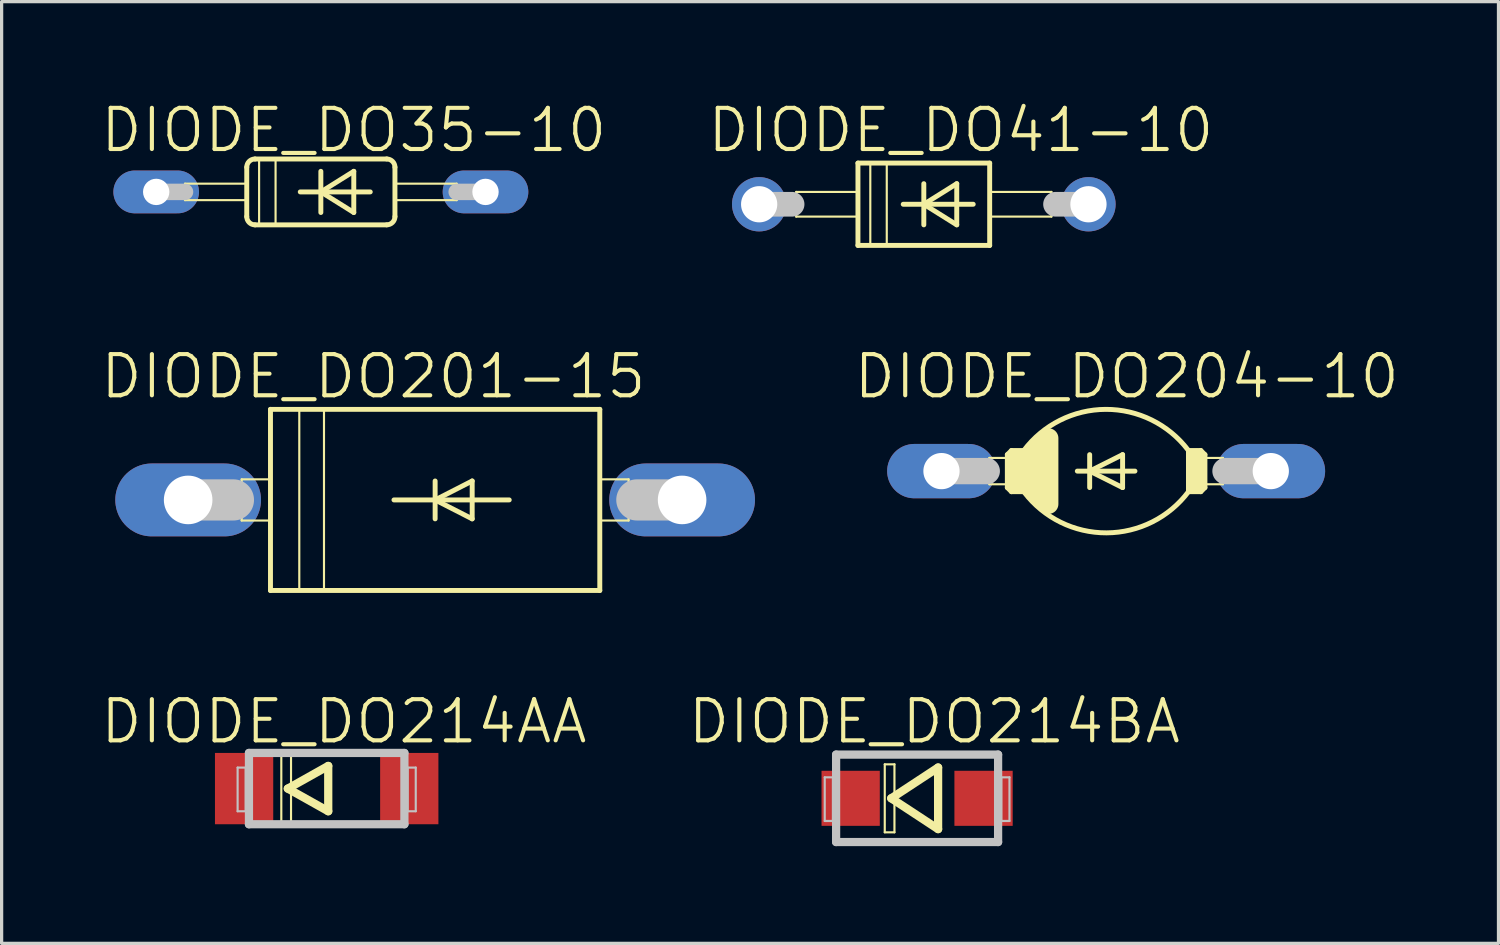
<source format=kicad_pcb>
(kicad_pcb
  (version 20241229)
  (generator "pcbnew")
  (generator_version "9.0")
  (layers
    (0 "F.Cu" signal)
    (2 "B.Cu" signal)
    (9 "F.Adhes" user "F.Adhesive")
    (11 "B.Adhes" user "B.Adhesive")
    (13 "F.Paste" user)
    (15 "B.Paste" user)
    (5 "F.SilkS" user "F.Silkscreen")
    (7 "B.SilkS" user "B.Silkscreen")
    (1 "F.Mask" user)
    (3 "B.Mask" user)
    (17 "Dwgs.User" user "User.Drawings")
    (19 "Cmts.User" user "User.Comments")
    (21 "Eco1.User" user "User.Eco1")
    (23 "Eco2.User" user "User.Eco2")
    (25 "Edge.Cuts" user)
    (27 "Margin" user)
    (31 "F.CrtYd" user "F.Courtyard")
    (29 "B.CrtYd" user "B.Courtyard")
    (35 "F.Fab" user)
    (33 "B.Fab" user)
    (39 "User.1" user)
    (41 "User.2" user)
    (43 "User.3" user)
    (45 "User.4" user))
  (footprint "DIODE_DO35-10"
    (layer "F.Cu")
    (at 6.849 2.871)
    (property "Reference" "DIODE_DO35-10" (at 1.016 -1.905 0) (layer "F.SilkS") (effects (font (size 1.27 1.27) (thickness 0.127))))
    (attr exclude_from_pos_files exclude_from_bom)
    (fp_line (start -4.191 -0.254) (end -2.286 -0.254) (stroke (width 0.066) (type solid)) (layer "F.SilkS"))
    (fp_line (start -4.191 0.254) (end -4.191 -0.254) (stroke (width 0.066) (type solid)) (layer "F.SilkS"))
    (fp_line (start -4.191 0.254) (end -2.286 0.254) (stroke (width 0.066) (type solid)) (layer "F.SilkS"))
    (fp_line (start -2.286 -0.762) (end -2.286 0.762) (stroke (width 0.152) (type solid)) (layer "F.SilkS"))
    (fp_line (start -2.286 0.254) (end -2.286 -0.254) (stroke (width 0.066) (type solid)) (layer "F.SilkS"))
    (fp_line (start -2.032 -1.016) (end 2.032 -1.016) (stroke (width 0.152) (type solid)) (layer "F.SilkS"))
    (fp_line (start -2.032 1.016) (end 2.032 1.016) (stroke (width 0.152) (type solid)) (layer "F.SilkS"))
    (fp_line (start -1.905 -1.016) (end -1.397 -1.016) (stroke (width 0.066) (type solid)) (layer "F.SilkS"))
    (fp_line (start -1.905 1.016) (end -1.905 -1.016) (stroke (width 0.066) (type solid)) (layer "F.SilkS"))
    (fp_line (start -1.905 1.016) (end -1.397 1.016) (stroke (width 0.066) (type solid)) (layer "F.SilkS"))
    (fp_line (start -1.397 1.016) (end -1.397 -1.016) (stroke (width 0.066) (type solid)) (layer "F.SilkS"))
    (fp_line (start -0.635 0) (end 0 0) (stroke (width 0.152) (type solid)) (layer "F.SilkS"))
    (fp_line (start 0 -0.635) (end 0 0) (stroke (width 0.152) (type solid)) (layer "F.SilkS"))
    (fp_line (start 0 0) (end 0 0.635) (stroke (width 0.152) (type solid)) (layer "F.SilkS"))
    (fp_line (start 0 0) (end 1.016 -0.635) (stroke (width 0.152) (type solid)) (layer "F.SilkS"))
    (fp_line (start 0 0) (end 1.524 0) (stroke (width 0.152) (type solid)) (layer "F.SilkS"))
    (fp_line (start 1.016 -0.635) (end 1.016 0.635) (stroke (width 0.152) (type solid)) (layer "F.SilkS"))
    (fp_line (start 1.016 0.635) (end 0 0) (stroke (width 0.152) (type solid)) (layer "F.SilkS"))
    (fp_line (start 2.286 -0.254) (end 4.191 -0.254) (stroke (width 0.066) (type solid)) (layer "F.SilkS"))
    (fp_line (start 2.286 0.254) (end 2.286 -0.254) (stroke (width 0.066) (type solid)) (layer "F.SilkS"))
    (fp_line (start 2.286 0.254) (end 4.191 0.254) (stroke (width 0.066) (type solid)) (layer "F.SilkS"))
    (fp_line (start 2.286 0.762) (end 2.286 -0.762) (stroke (width 0.152) (type solid)) (layer "F.SilkS"))
    (fp_line (start 4.191 0.254) (end 4.191 -0.254) (stroke (width 0.066) (type solid)) (layer "F.SilkS"))
    (fp_arc (start -2.286 -0.762) (mid -2.211605 -0.941605) (end -2.032 -1.016) (stroke (width 0.1524) (type solid)) (layer "F.SilkS"))
    (fp_arc (start -2.032 1.016) (mid -2.211605 0.941605) (end -2.286 0.762) (stroke (width 0.1524) (type solid)) (layer "F.SilkS"))
    (fp_arc (start 2.032 -1.016) (mid 2.211605 -0.941605) (end 2.286 -0.762) (stroke (width 0.1524) (type solid)) (layer "F.SilkS"))
    (fp_arc (start 2.286 0.762) (mid 2.211605 0.941605) (end 2.032 1.016) (stroke (width 0.1524) (type solid)) (layer "F.SilkS"))
    (fp_line (start -5.08 0) (end -4.191 0) (stroke (width 0.508) (type solid)) (layer "Dwgs.User"))
    (fp_line (start 5.08 0) (end 4.191 0) (stroke (width 0.508) (type solid)) (layer "Dwgs.User"))
    (pad "A" thru_hole oval (at 5.08 0 90) (size 1.321 2.642) (drill 0.813) (layers "*.Cu" "*.Paste" "*.Mask"))
    (pad "C" thru_hole oval (at -5.08 0 90) (size 1.321 2.642) (drill 0.813) (layers "*.Cu" "*.Paste" "*.Mask")))
  (footprint "DIODE_DO214BA"
    (layer "F.Cu")
    (at 25.245 21.58)
    (property "Reference" "DIODE_DO214BA" (at 0.533 -2.37 0) (layer "F.SilkS") (effects (font (size 1.27 1.27) (thickness 0.127))))
    (attr smd)
    (fp_line (start -0.998 -1.049) (end -0.699 -1.049) (stroke (width 0.066) (type solid)) (layer "F.SilkS"))
    (fp_line (start -0.998 1.049) (end -0.998 -1.049) (stroke (width 0.066) (type solid)) (layer "F.SilkS"))
    (fp_line (start -0.998 1.049) (end -0.699 1.049) (stroke (width 0.066) (type solid)) (layer "F.SilkS"))
    (fp_line (start -0.798 0) (end 0.648 -0.95) (stroke (width 0.254) (type solid)) (layer "F.SilkS"))
    (fp_line (start -0.699 1.049) (end -0.699 -1.049) (stroke (width 0.066) (type solid)) (layer "F.SilkS"))
    (fp_line (start 0.648 -0.95) (end 0.648 0.95) (stroke (width 0.254) (type solid)) (layer "F.SilkS"))
    (fp_line (start 0.648 0.95) (end -0.798 0) (stroke (width 0.254) (type solid)) (layer "F.SilkS"))
    (fp_line (start -2.85 -0.648) (end -2.598 -0.648) (stroke (width 0.066) (type solid)) (layer "Dwgs.User"))
    (fp_line (start -2.85 0.699) (end -2.85 -0.648) (stroke (width 0.066) (type solid)) (layer "Dwgs.User"))
    (fp_line (start -2.85 0.699) (end -2.598 0.699) (stroke (width 0.066) (type solid)) (layer "Dwgs.User"))
    (fp_line (start -2.598 0.699) (end -2.598 -0.648) (stroke (width 0.066) (type solid)) (layer "Dwgs.User"))
    (fp_line (start -2.499 -1.349) (end 2.499 -1.349) (stroke (width 0.254) (type solid)) (layer "Dwgs.User"))
    (fp_line (start -2.499 1.349) (end -2.499 -1.349) (stroke (width 0.254) (type solid)) (layer "Dwgs.User"))
    (fp_line (start 2.499 -1.349) (end 2.499 1.349) (stroke (width 0.254) (type solid)) (layer "Dwgs.User"))
    (fp_line (start 2.499 1.349) (end -2.499 1.349) (stroke (width 0.254) (type solid)) (layer "Dwgs.User"))
    (fp_line (start 2.598 -0.648) (end 2.85 -0.648) (stroke (width 0.066) (type solid)) (layer "Dwgs.User"))
    (fp_line (start 2.598 0.699) (end 2.598 -0.648) (stroke (width 0.066) (type solid)) (layer "Dwgs.User"))
    (fp_line (start 2.598 0.699) (end 2.85 0.699) (stroke (width 0.066) (type solid)) (layer "Dwgs.User"))
    (fp_line (start 2.85 0.699) (end 2.85 -0.648) (stroke (width 0.066) (type solid)) (layer "Dwgs.User"))
    (pad "A" smd rect (at 2.05 0) (size 1.798 1.699) (layers "F.Cu" "F.Mask" "F.Paste"))
    (pad "C" smd rect (at -2.05 0) (size 1.798 1.699) (layers "F.Cu" "F.Mask" "F.Paste")))
  (footprint "DIODE_DO41-10"
    (layer "F.Cu")
    (at 25.452 3.252)
    (property "Reference" "DIODE_DO41-10" (at 1.143 -2.286 0) (layer "F.SilkS") (effects (font (size 1.27 1.27) (thickness 0.127))))
    (attr exclude_from_pos_files exclude_from_bom)
    (fp_line (start -3.937 -0.381) (end -2.032 -0.381) (stroke (width 0.066) (type solid)) (layer "F.SilkS"))
    (fp_line (start -3.937 0.381) (end -3.937 -0.381) (stroke (width 0.066) (type solid)) (layer "F.SilkS"))
    (fp_line (start -3.937 0.381) (end -2.032 0.381) (stroke (width 0.066) (type solid)) (layer "F.SilkS"))
    (fp_line (start -2.032 -1.27) (end -2.032 1.27) (stroke (width 0.152) (type solid)) (layer "F.SilkS"))
    (fp_line (start -2.032 -1.27) (end 2.032 -1.27) (stroke (width 0.152) (type solid)) (layer "F.SilkS"))
    (fp_line (start -2.032 0.381) (end -2.032 -0.381) (stroke (width 0.066) (type solid)) (layer "F.SilkS"))
    (fp_line (start -1.651 -1.27) (end -1.143 -1.27) (stroke (width 0.066) (type solid)) (layer "F.SilkS"))
    (fp_line (start -1.651 1.27) (end -1.651 -1.27) (stroke (width 0.066) (type solid)) (layer "F.SilkS"))
    (fp_line (start -1.651 1.27) (end -1.143 1.27) (stroke (width 0.066) (type solid)) (layer "F.SilkS"))
    (fp_line (start -1.143 1.27) (end -1.143 -1.27) (stroke (width 0.066) (type solid)) (layer "F.SilkS"))
    (fp_line (start -0.635 0) (end 0 0) (stroke (width 0.152) (type solid)) (layer "F.SilkS"))
    (fp_line (start 0 -0.635) (end 0 0) (stroke (width 0.152) (type solid)) (layer "F.SilkS"))
    (fp_line (start 0 0) (end 0 0.635) (stroke (width 0.152) (type solid)) (layer "F.SilkS"))
    (fp_line (start 0 0) (end 1.016 -0.635) (stroke (width 0.152) (type solid)) (layer "F.SilkS"))
    (fp_line (start 0 0) (end 1.524 0) (stroke (width 0.152) (type solid)) (layer "F.SilkS"))
    (fp_line (start 1.016 -0.635) (end 1.016 0.635) (stroke (width 0.152) (type solid)) (layer "F.SilkS"))
    (fp_line (start 1.016 0.635) (end 0 0) (stroke (width 0.152) (type solid)) (layer "F.SilkS"))
    (fp_line (start 2.032 -0.381) (end 3.937 -0.381) (stroke (width 0.066) (type solid)) (layer "F.SilkS"))
    (fp_line (start 2.032 0.381) (end 2.032 -0.381) (stroke (width 0.066) (type solid)) (layer "F.SilkS"))
    (fp_line (start 2.032 0.381) (end 3.937 0.381) (stroke (width 0.066) (type solid)) (layer "F.SilkS"))
    (fp_line (start 2.032 1.27) (end -2.032 1.27) (stroke (width 0.152) (type solid)) (layer "F.SilkS"))
    (fp_line (start 2.032 1.27) (end 2.032 -1.27) (stroke (width 0.152) (type solid)) (layer "F.SilkS"))
    (fp_line (start 3.937 0.381) (end 3.937 -0.381) (stroke (width 0.066) (type solid)) (layer "F.SilkS"))
    (fp_line (start -5.08 0) (end -4.064 0) (stroke (width 0.762) (type solid)) (layer "Dwgs.User"))
    (fp_line (start 5.08 0) (end 4.064 0) (stroke (width 0.762) (type solid)) (layer "Dwgs.User"))
    (pad "A" thru_hole circle (at 5.08 0) (size 1.676 1.676) (drill 1.118) (layers "*.Cu" "*.Paste" "*.Mask"))
    (pad "C" thru_hole circle (at -5.08 0) (size 1.676 1.676) (drill 1.118) (layers "*.Cu" "*.Paste" "*.Mask")))
  (footprint "DIODE_DO201-15"
    (layer "F.Cu")
    (at 10.375 12.374)
    (property "Reference" "DIODE_DO201-15" (at -1.905 -3.81 0) (layer "F.SilkS") (effects (font (size 1.27 1.27) (thickness 0.127))))
    (attr exclude_from_pos_files exclude_from_bom)
    (fp_line (start -5.969 -0.635) (end -5.08 -0.635) (stroke (width 0.066) (type solid)) (layer "F.SilkS"))
    (fp_line (start -5.969 0.635) (end -5.969 -0.635) (stroke (width 0.066) (type solid)) (layer "F.SilkS"))
    (fp_line (start -5.969 0.635) (end -5.08 0.635) (stroke (width 0.066) (type solid)) (layer "F.SilkS"))
    (fp_line (start -5.08 -2.794) (end 5.08 -2.794) (stroke (width 0.152) (type solid)) (layer "F.SilkS"))
    (fp_line (start -5.08 0.635) (end -5.08 -0.635) (stroke (width 0.066) (type solid)) (layer "F.SilkS"))
    (fp_line (start -5.08 2.794) (end -5.08 -2.794) (stroke (width 0.152) (type solid)) (layer "F.SilkS"))
    (fp_line (start -4.191 -2.794) (end -3.429 -2.794) (stroke (width 0.066) (type solid)) (layer "F.SilkS"))
    (fp_line (start -4.191 2.794) (end -4.191 -2.794) (stroke (width 0.066) (type solid)) (layer "F.SilkS"))
    (fp_line (start -4.191 2.794) (end -3.429 2.794) (stroke (width 0.066) (type solid)) (layer "F.SilkS"))
    (fp_line (start -3.429 2.794) (end -3.429 -2.794) (stroke (width 0.066) (type solid)) (layer "F.SilkS"))
    (fp_line (start -1.27 0) (end 0 0) (stroke (width 0.152) (type solid)) (layer "F.SilkS"))
    (fp_line (start 0 -0.584) (end 0 0) (stroke (width 0.152) (type solid)) (layer "F.SilkS"))
    (fp_line (start 0 0) (end 0 0.584) (stroke (width 0.152) (type solid)) (layer "F.SilkS"))
    (fp_line (start 0 0) (end 1.143 -0.584) (stroke (width 0.152) (type solid)) (layer "F.SilkS"))
    (fp_line (start 0 0) (end 2.286 0) (stroke (width 0.152) (type solid)) (layer "F.SilkS"))
    (fp_line (start 1.143 -0.584) (end 1.143 0.584) (stroke (width 0.152) (type solid)) (layer "F.SilkS"))
    (fp_line (start 1.143 0.584) (end 0 0) (stroke (width 0.152) (type solid)) (layer "F.SilkS"))
    (fp_line (start 5.08 -2.794) (end 5.08 2.794) (stroke (width 0.152) (type solid)) (layer "F.SilkS"))
    (fp_line (start 5.08 -0.635) (end 5.969 -0.635) (stroke (width 0.066) (type solid)) (layer "F.SilkS"))
    (fp_line (start 5.08 0.635) (end 5.08 -0.635) (stroke (width 0.066) (type solid)) (layer "F.SilkS"))
    (fp_line (start 5.08 0.635) (end 5.969 0.635) (stroke (width 0.066) (type solid)) (layer "F.SilkS"))
    (fp_line (start 5.08 2.794) (end -5.08 2.794) (stroke (width 0.152) (type solid)) (layer "F.SilkS"))
    (fp_line (start 5.969 0.635) (end 5.969 -0.635) (stroke (width 0.066) (type solid)) (layer "F.SilkS"))
    (fp_line (start -7.62 0) (end -6.223 0) (stroke (width 1.27) (type solid)) (layer "Dwgs.User"))
    (fp_line (start 7.62 0) (end 6.223 0) (stroke (width 1.27) (type solid)) (layer "Dwgs.User"))
    (pad "A" thru_hole oval (at 7.62 0 90) (size 2.248 4.496) (drill 1.499) (layers "*.Cu" "*.Paste" "*.Mask"))
    (pad "C" thru_hole oval (at -7.62 0 90) (size 2.248 4.496) (drill 1.499) (layers "*.Cu" "*.Paste" "*.Mask")))
  (footprint "DIODE_DO214AA"
    (layer "F.Cu")
    (at 7.029 21.28)
    (property "Reference" "DIODE_DO214AA" (at 0.533 -2.07 0) (layer "F.SilkS") (effects (font (size 1.27 1.27) (thickness 0.127))))
    (attr smd)
    (fp_line (start -1.4 -1.049) (end -1.1 -1.049) (stroke (width 0.066) (type solid)) (layer "F.SilkS"))
    (fp_line (start -1.4 1.049) (end -1.4 -1.049) (stroke (width 0.066) (type solid)) (layer "F.SilkS"))
    (fp_line (start -1.4 1.049) (end -1.1 1.049) (stroke (width 0.066) (type solid)) (layer "F.SilkS"))
    (fp_line (start -1.199 0) (end 0.048 -0.699) (stroke (width 0.254) (type solid)) (layer "F.SilkS"))
    (fp_line (start -1.1 1.049) (end -1.1 -1.049) (stroke (width 0.066) (type solid)) (layer "F.SilkS"))
    (fp_line (start 0.048 -0.699) (end 0.048 0.699) (stroke (width 0.254) (type solid)) (layer "F.SilkS"))
    (fp_line (start 0.048 0.699) (end -1.199 0) (stroke (width 0.254) (type solid)) (layer "F.SilkS"))
    (fp_line (start -2.748 -0.648) (end -2.499 -0.648) (stroke (width 0.066) (type solid)) (layer "Dwgs.User"))
    (fp_line (start -2.748 0.699) (end -2.748 -0.648) (stroke (width 0.066) (type solid)) (layer "Dwgs.User"))
    (fp_line (start -2.748 0.699) (end -2.499 0.699) (stroke (width 0.066) (type solid)) (layer "Dwgs.User"))
    (fp_line (start -2.499 0.699) (end -2.499 -0.648) (stroke (width 0.066) (type solid)) (layer "Dwgs.User"))
    (fp_line (start -2.398 -1.1) (end 2.398 -1.1) (stroke (width 0.254) (type solid)) (layer "Dwgs.User"))
    (fp_line (start -2.398 1.1) (end -2.398 -1.1) (stroke (width 0.254) (type solid)) (layer "Dwgs.User"))
    (fp_line (start 2.398 -1.1) (end 2.398 1.1) (stroke (width 0.254) (type solid)) (layer "Dwgs.User"))
    (fp_line (start 2.398 1.1) (end -2.398 1.1) (stroke (width 0.254) (type solid)) (layer "Dwgs.User"))
    (fp_line (start 2.499 -0.648) (end 2.748 -0.648) (stroke (width 0.066) (type solid)) (layer "Dwgs.User"))
    (fp_line (start 2.499 0.699) (end 2.499 -0.648) (stroke (width 0.066) (type solid)) (layer "Dwgs.User"))
    (fp_line (start 2.499 0.699) (end 2.748 0.699) (stroke (width 0.066) (type solid)) (layer "Dwgs.User"))
    (fp_line (start 2.748 0.699) (end 2.748 -0.648) (stroke (width 0.066) (type solid)) (layer "Dwgs.User"))
    (pad "A" smd rect (at 2.548 0) (size 1.798 2.2) (layers "F.Cu" "F.Mask" "F.Paste"))
    (pad "C" smd rect (at -2.548 0) (size 1.798 2.2) (layers "F.Cu" "F.Mask" "F.Paste")))
  (footprint "DIODE_DO204-10"
    (layer "F.Cu")
    (at 31.077 11.485)
    (property "Reference" "DIODE_DO204-10" (at 0.635 -2.921 0) (layer "F.SilkS") (effects (font (size 1.27 1.27) (thickness 0.127))))
    (attr exclude_from_pos_files exclude_from_bom)
    (fp_line (start -3.604 -0.406) (end -3.048 -0.406) (stroke (width 0.066) (type solid)) (layer "F.SilkS"))
    (fp_line (start -3.604 0.406) (end -3.604 -0.406) (stroke (width 0.066) (type solid)) (layer "F.SilkS"))
    (fp_line (start -3.604 0.406) (end -3.048 0.406) (stroke (width 0.066) (type solid)) (layer "F.SilkS"))
    (fp_line (start -3.048 -0.508) (end -2.921 -0.635) (stroke (width 0.152) (type solid)) (layer "F.SilkS"))
    (fp_line (start -3.048 0.406) (end -3.048 -0.406) (stroke (width 0.066) (type solid)) (layer "F.SilkS"))
    (fp_line (start -3.048 0.508) (end -3.048 -0.508) (stroke (width 0.152) (type solid)) (layer "F.SilkS"))
    (fp_line (start -3.048 0.508) (end -2.921 0.635) (stroke (width 0.152) (type solid)) (layer "F.SilkS"))
    (fp_line (start -2.794 -0.381) (end -2.794 0.381) (stroke (width 0.61) (type solid)) (layer "F.SilkS"))
    (fp_line (start -2.54 -0.635) (end -2.921 -0.635) (stroke (width 0.152) (type solid)) (layer "F.SilkS"))
    (fp_line (start -2.54 -0.635) (end -2.54 0.635) (stroke (width 0.152) (type solid)) (layer "F.SilkS"))
    (fp_line (start -2.54 0.635) (end -2.921 0.635) (stroke (width 0.152) (type solid)) (layer "F.SilkS"))
    (fp_line (start -2.286 -0.508) (end -2.286 0.508) (stroke (width 0.61) (type solid)) (layer "F.SilkS"))
    (fp_line (start -2.286 -0.508) (end -2.032 -0.762) (stroke (width 0.61) (type solid)) (layer "F.SilkS"))
    (fp_line (start -2.032 0.762) (end -2.286 0.508) (stroke (width 0.61) (type solid)) (layer "F.SilkS"))
    (fp_line (start -1.778 -1.016) (end -1.778 1.016) (stroke (width 0.61) (type solid)) (layer "F.SilkS"))
    (fp_line (start -0.889 0) (end -0.508 0) (stroke (width 0.152) (type solid)) (layer "F.SilkS"))
    (fp_line (start -0.508 -0.508) (end -0.508 0) (stroke (width 0.152) (type solid)) (layer "F.SilkS"))
    (fp_line (start -0.508 0) (end -0.508 0.508) (stroke (width 0.152) (type solid)) (layer "F.SilkS"))
    (fp_line (start -0.508 0) (end 0.508 -0.508) (stroke (width 0.152) (type solid)) (layer "F.SilkS"))
    (fp_line (start -0.508 0) (end 0.889 0) (stroke (width 0.152) (type solid)) (layer "F.SilkS"))
    (fp_line (start 0.508 -0.508) (end 0.508 0.508) (stroke (width 0.152) (type solid)) (layer "F.SilkS"))
    (fp_line (start 0.508 0.508) (end -0.508 0) (stroke (width 0.152) (type solid)) (layer "F.SilkS"))
    (fp_line (start 2.54 -0.635) (end 2.54 0.635) (stroke (width 0.152) (type solid)) (layer "F.SilkS"))
    (fp_line (start 2.54 -0.635) (end 2.921 -0.635) (stroke (width 0.152) (type solid)) (layer "F.SilkS"))
    (fp_line (start 2.54 0.635) (end 2.921 0.635) (stroke (width 0.152) (type solid)) (layer "F.SilkS"))
    (fp_line (start 2.794 -0.381) (end 2.794 0.381) (stroke (width 0.61) (type solid)) (layer "F.SilkS"))
    (fp_line (start 3.048 -0.508) (end 2.921 -0.635) (stroke (width 0.152) (type solid)) (layer "F.SilkS"))
    (fp_line (start 3.048 -0.406) (end 3.604 -0.406) (stroke (width 0.066) (type solid)) (layer "F.SilkS"))
    (fp_line (start 3.048 0.406) (end 3.048 -0.406) (stroke (width 0.066) (type solid)) (layer "F.SilkS"))
    (fp_line (start 3.048 0.406) (end 3.604 0.406) (stroke (width 0.066) (type solid)) (layer "F.SilkS"))
    (fp_line (start 3.048 0.508) (end 2.921 0.635) (stroke (width 0.152) (type solid)) (layer "F.SilkS"))
    (fp_line (start 3.048 0.508) (end 3.048 -0.508) (stroke (width 0.152) (type solid)) (layer "F.SilkS"))
    (fp_line (start 3.604 0.406) (end 3.604 -0.406) (stroke (width 0.066) (type solid)) (layer "F.SilkS"))
    (fp_arc (start -2.54 -0.635) (mid -0.012751 -1.904974) (end 2.524617 -0.65534) (stroke (width 0.1524) (type solid)) (layer "F.SilkS"))
    (fp_arc (start 2.54 0.635) (mid 0.012751 1.904974) (end -2.524617 0.65534) (stroke (width 0.1524) (type solid)) (layer "F.SilkS"))
    (fp_line (start -5.08 0) (end -3.683 0) (stroke (width 0.813) (type solid)) (layer "Dwgs.User"))
    (fp_line (start 5.08 0) (end 3.683 0) (stroke (width 0.813) (type solid)) (layer "Dwgs.User"))
    (pad "A" thru_hole oval (at 5.08 0 90) (size 1.676 3.353) (drill 1.118) (layers "*.Cu" "*.Paste" "*.Mask"))
    (pad "C" thru_hole oval (at -5.08 0 90) (size 1.676 3.353) (drill 1.118) (layers "*.Cu" "*.Paste" "*.Mask")))
  (gr_rect
    (start -3 -3)
    (end 43.182 26.055)
    (stroke (width 0.1) (type default))
    (fill no)
    (layer "Edge.Cuts")))
</source>
